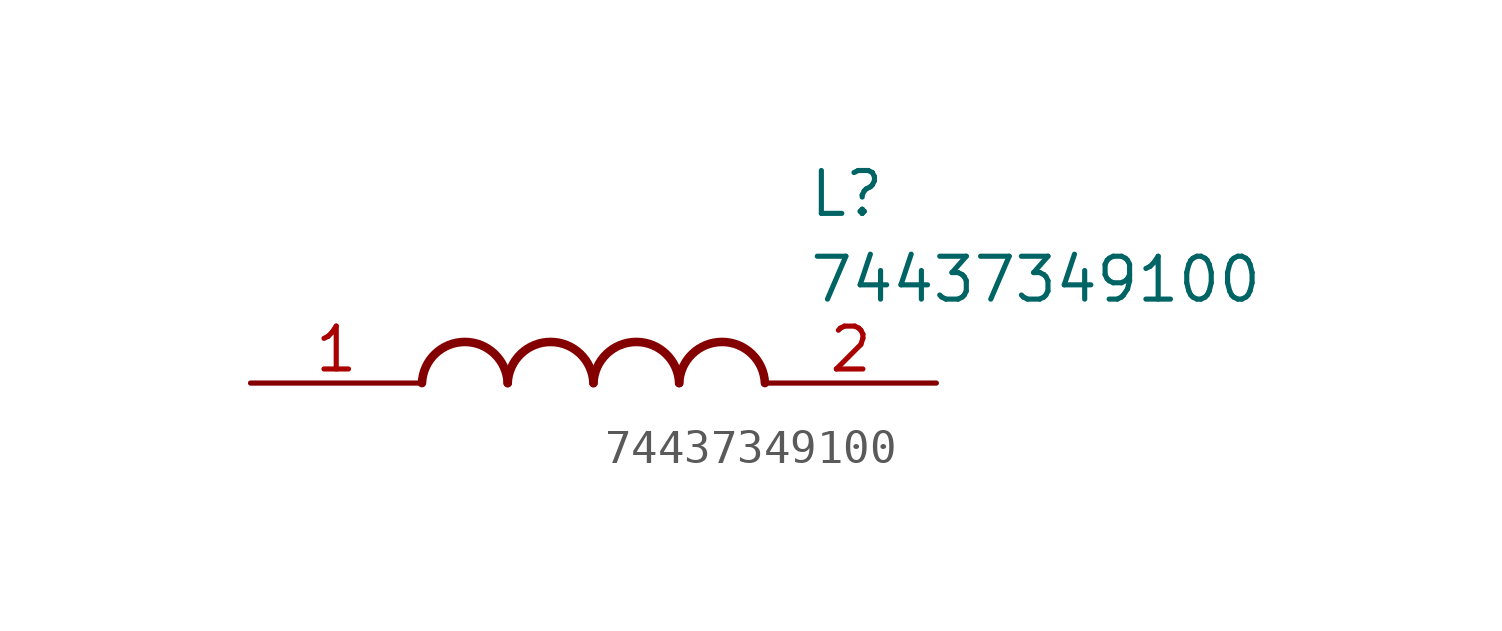
<source format=kicad_sym>
(kicad_symbol_lib
  (version 20211014)
  (generator SamacSys_ECAD_Model)
  (symbol "74437349100"
    (pin_names hide)
    (property "Reference" "L"
      (at 16.51 6.35 0)
      (effects (font (size 1.27 1.27)) (justify left top)))
    (property "Value" "74437349100"
      (at 16.51 3.81 0)
      (effects (font (size 1.27 1.27)) (justify left top)))
    (arc
      (start 7.62 0)
      (mid 6.35 1.219)
      (end 5.08 0)
      (stroke (width 0.254) (type default))
      (fill (type none)))
    (arc
      (start 10.16 0)
      (mid 8.89 1.219)
      (end 7.62 0)
      (stroke (width 0.254) (type default))
      (fill (type none)))
    (arc
      (start 12.7 0)
      (mid 11.43 1.219)
      (end 10.16 0)
      (stroke (width 0.254) (type default))
      (fill (type none)))
    (arc
      (start 15.24 0)
      (mid 13.97 1.219)
      (end 12.7 0)
      (stroke (width 0.254) (type default))
      (fill (type none)))
    (pin passive line
      (at 0 0 0)
      (length 5.08)
      (name "1" (effects (font (size 1.27 1.27))))
      (number "1" (effects (font (size 1.27 1.27)))))
    (pin passive line
      (at 20.32 0 180)
      (length 5.08)
      (name "2" (effects (font (size 1.27 1.27))))
      (number "2" (effects (font (size 1.27 1.27)))))))
</source>
